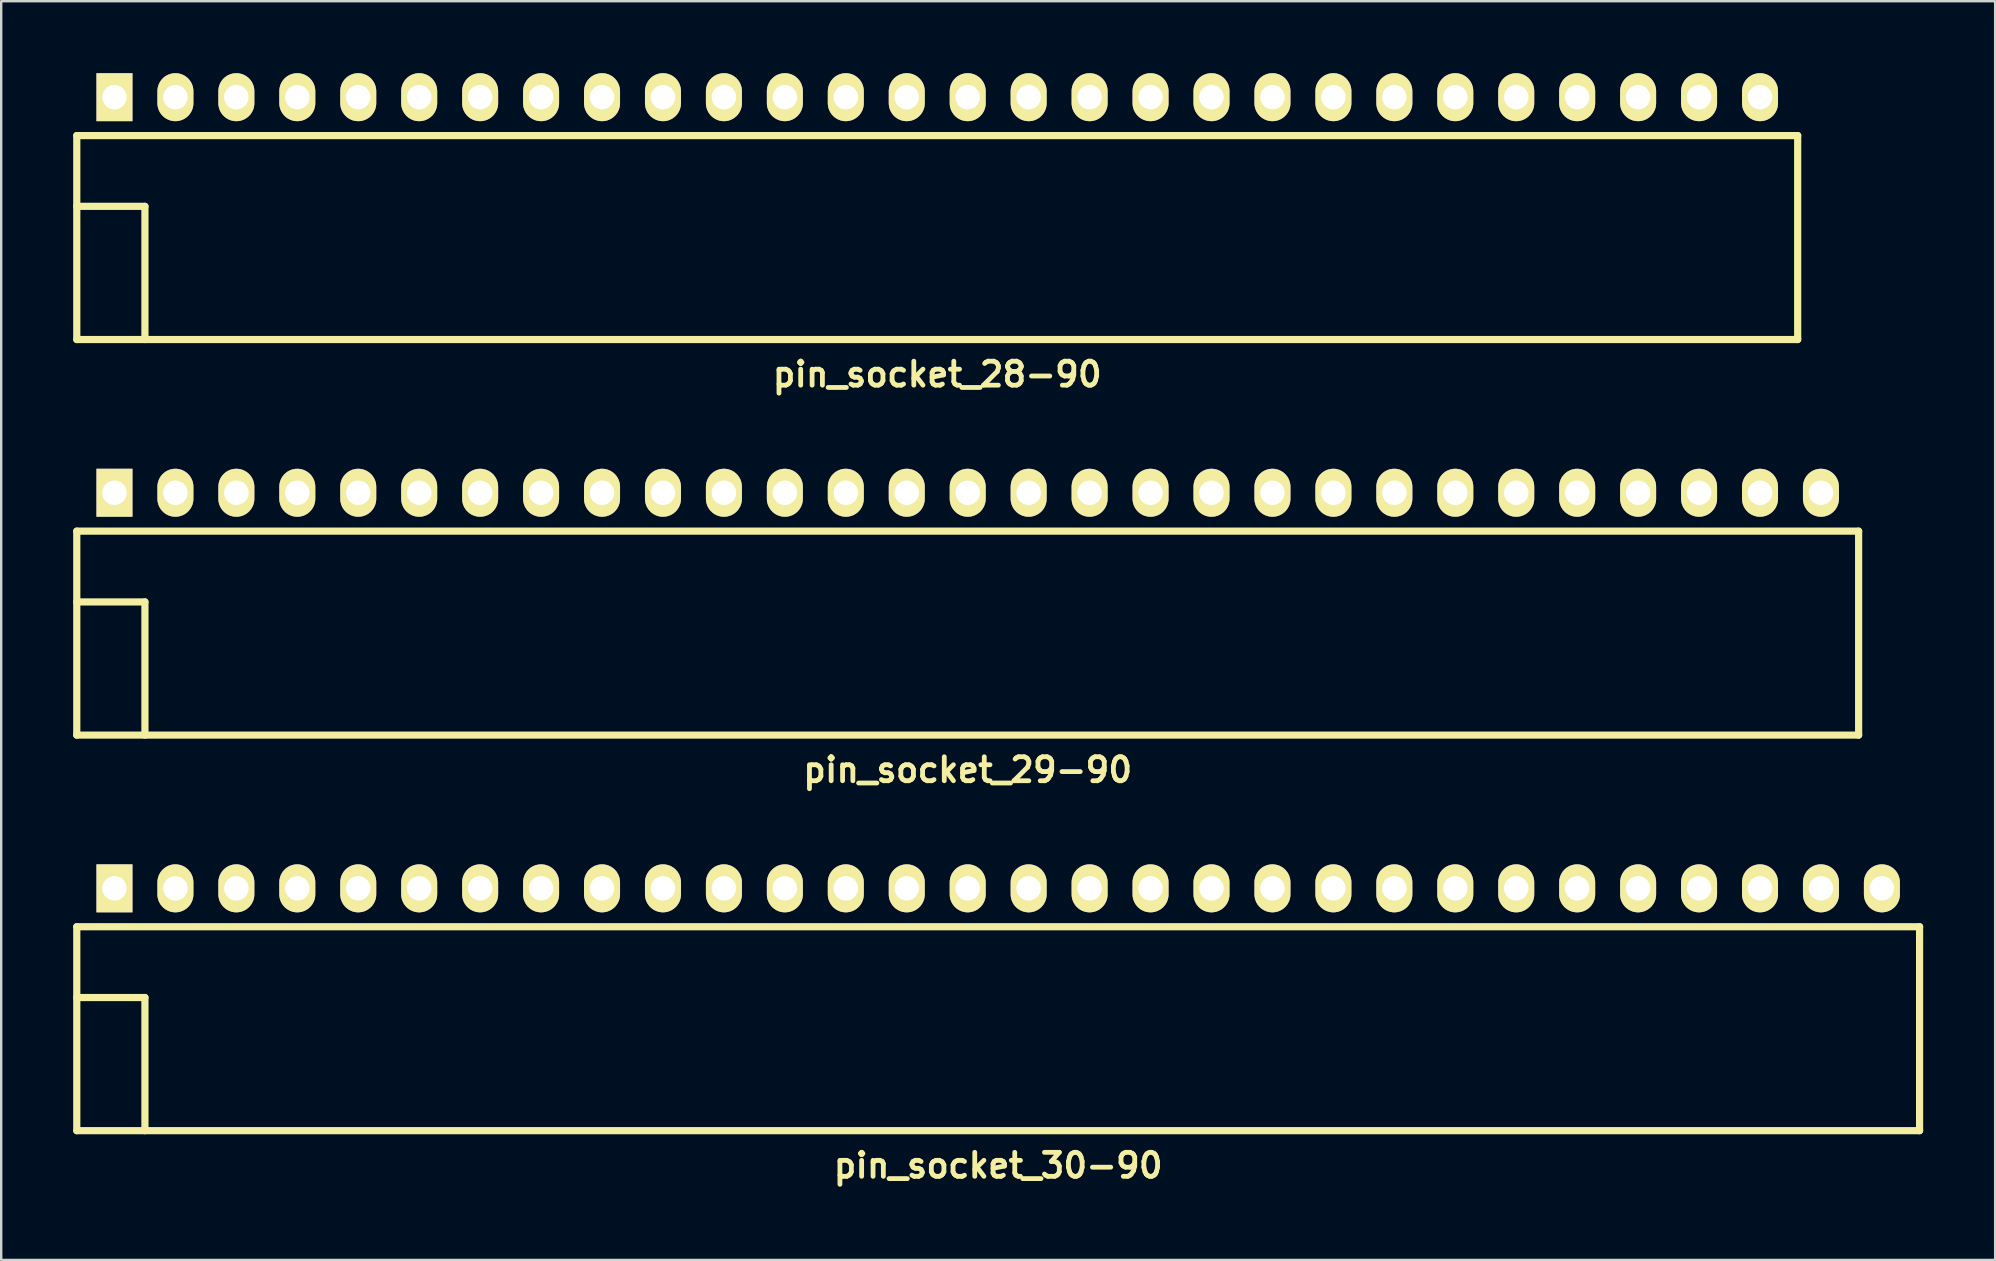
<source format=kicad_pcb>
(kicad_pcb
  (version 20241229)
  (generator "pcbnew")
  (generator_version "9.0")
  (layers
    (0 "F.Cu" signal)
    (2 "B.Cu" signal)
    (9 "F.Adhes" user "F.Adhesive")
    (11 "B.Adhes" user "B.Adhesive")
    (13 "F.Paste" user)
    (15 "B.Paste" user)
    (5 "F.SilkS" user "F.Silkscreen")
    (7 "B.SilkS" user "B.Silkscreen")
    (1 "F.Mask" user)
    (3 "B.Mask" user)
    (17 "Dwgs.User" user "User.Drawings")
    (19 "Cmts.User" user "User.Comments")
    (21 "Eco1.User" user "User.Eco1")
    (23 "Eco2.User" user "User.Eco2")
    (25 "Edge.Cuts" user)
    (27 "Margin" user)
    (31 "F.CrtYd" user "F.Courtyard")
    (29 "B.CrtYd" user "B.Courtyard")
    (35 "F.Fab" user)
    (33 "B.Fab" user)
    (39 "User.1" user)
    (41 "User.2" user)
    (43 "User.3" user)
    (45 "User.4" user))
  (footprint "pin_socket_29-90"
    (layer "F.Cu")
    (at 37.28 22.036)
    (property "Reference" "pin_socket_29-90" (at 0 7 0) (layer "F.SilkS") (effects (font (size 1 1) (thickness 0.2))))
    (attr through_hole)
    (fp_line (start -37.13 -2.95) (end -37.13 5.55) (stroke (width 0.3) (type solid)) (layer "F.SilkS"))
    (fp_line (start -37.13 -2.95) (end 37.13 -2.95) (stroke (width 0.3) (type solid)) (layer "F.SilkS"))
    (fp_line (start -37.13 0) (end -34.29 0) (stroke (width 0.3) (type solid)) (layer "F.SilkS"))
    (fp_line (start -37.13 5.55) (end 37.13 5.55) (stroke (width 0.3) (type solid)) (layer "F.SilkS"))
    (fp_line (start -34.29 0) (end -34.29 5.55) (stroke (width 0.3) (type solid)) (layer "F.SilkS"))
    (fp_line (start 37.13 -2.95) (end 37.13 5.55) (stroke (width 0.3) (type solid)) (layer "F.SilkS"))
    (pad "1" thru_hole rect (at -35.56 -4.55) (size 1.5 2) (drill 1.02) (layers "*.Cu" "*.Mask" "F.SilkS"))
    (pad "2" thru_hole oval (at -33.02 -4.55) (size 1.5 2) (drill 1.02) (layers "*.Cu" "*.Mask" "F.SilkS"))
    (pad "3" thru_hole oval (at -30.48 -4.55) (size 1.5 2) (drill 1.02) (layers "*.Cu" "*.Mask" "F.SilkS"))
    (pad "4" thru_hole oval (at -27.94 -4.55) (size 1.5 2) (drill 1.02) (layers "*.Cu" "*.Mask" "F.SilkS"))
    (pad "5" thru_hole oval (at -25.4 -4.55) (size 1.5 2) (drill 1.02) (layers "*.Cu" "*.Mask" "F.SilkS"))
    (pad "6" thru_hole oval (at -22.86 -4.55) (size 1.5 2) (drill 1.02) (layers "*.Cu" "*.Mask" "F.SilkS"))
    (pad "7" thru_hole oval (at -20.32 -4.55) (size 1.5 2) (drill 1.02) (layers "*.Cu" "*.Mask" "F.SilkS"))
    (pad "8" thru_hole oval (at -17.78 -4.55) (size 1.5 2) (drill 1.02) (layers "*.Cu" "*.Mask" "F.SilkS"))
    (pad "9" thru_hole oval (at -15.24 -4.55) (size 1.5 2) (drill 1.02) (layers "*.Cu" "*.Mask" "F.SilkS"))
    (pad "10" thru_hole oval (at -12.7 -4.55) (size 1.5 2) (drill 1.02) (layers "*.Cu" "*.Mask" "F.SilkS"))
    (pad "12" thru_hole oval (at -7.62 -4.55) (size 1.5 2) (drill 1.02) (layers "*.Cu" "*.Mask" "F.SilkS"))
    (pad "13" thru_hole oval (at -5.08 -4.55) (size 1.5 2) (drill 1.02) (layers "*.Cu" "*.Mask" "F.SilkS"))
    (pad "14" thru_hole oval (at -2.54 -4.55) (size 1.5 2) (drill 1.02) (layers "*.Cu" "*.Mask" "F.SilkS"))
    (pad "15" thru_hole oval (at 0 -4.55) (size 1.5 2) (drill 1.02) (layers "*.Cu" "*.Mask" "F.SilkS"))
    (pad "16" thru_hole oval (at 2.54 -4.55) (size 1.5 2) (drill 1.02) (layers "*.Cu" "*.Mask" "F.SilkS"))
    (pad "17" thru_hole oval (at 5.08 -4.55) (size 1.5 2) (drill 1.02) (layers "*.Cu" "*.Mask" "F.SilkS"))
    (pad "18" thru_hole oval (at 7.62 -4.55) (size 1.5 2) (drill 1.02) (layers "*.Cu" "*.Mask" "F.SilkS"))
    (pad "19" thru_hole oval (at 10.16 -4.55) (size 1.5 2) (drill 1.02) (layers "*.Cu" "*.Mask" "F.SilkS"))
    (pad "20" thru_hole oval (at 12.7 -4.55) (size 1.5 2) (drill 1.02) (layers "*.Cu" "*.Mask" "F.SilkS"))
    (pad "21" thru_hole oval (at 15.24 -4.55) (size 1.5 2) (drill 1.02) (layers "*.Cu" "*.Mask" "F.SilkS"))
    (pad "22" thru_hole oval (at 17.78 -4.55) (size 1.5 2) (drill 1.02) (layers "*.Cu" "*.Mask" "F.SilkS"))
    (pad "23" thru_hole oval (at 20.32 -4.55) (size 1.5 2) (drill 1.02) (layers "*.Cu" "*.Mask" "F.SilkS"))
    (pad "24" thru_hole oval (at 22.86 -4.55) (size 1.5 2) (drill 1.02) (layers "*.Cu" "*.Mask" "F.SilkS"))
    (pad "25" thru_hole oval (at 25.4 -4.55) (size 1.5 2) (drill 1.02) (layers "*.Cu" "*.Mask" "F.SilkS"))
    (pad "26" thru_hole oval (at 27.94 -4.55) (size 1.5 2) (drill 1.02) (layers "*.Cu" "*.Mask" "F.SilkS"))
    (pad "27" thru_hole oval (at 30.48 -4.55) (size 1.5 2) (drill 1.02) (layers "*.Cu" "*.Mask" "F.SilkS"))
    (pad "28" thru_hole oval (at 33.02 -4.55) (size 1.5 2) (drill 1.02) (layers "*.Cu" "*.Mask" "F.SilkS"))
    (pad "29" thru_hole oval (at 35.56 -4.55) (size 1.5 2) (drill 1.02) (layers "*.Cu" "*.Mask" "F.SilkS"))
    (pad "1121" thru_hole oval (at -10.16 -4.55) (size 1.5 2) (drill 1.02) (layers "*.Cu" "*.Mask" "F.SilkS")))
  (footprint "pin_socket_30-90"
    (layer "F.Cu")
    (at 38.55 38.522)
    (property "Reference" "pin_socket_30-90" (at 0 7 0) (layer "F.SilkS") (effects (font (size 1 1) (thickness 0.2))))
    (attr through_hole)
    (fp_line (start -38.4 -2.95) (end -38.4 5.55) (stroke (width 0.3) (type solid)) (layer "F.SilkS"))
    (fp_line (start -38.4 -2.95) (end 38.4 -2.95) (stroke (width 0.3) (type solid)) (layer "F.SilkS"))
    (fp_line (start -38.4 0) (end -35.56 0) (stroke (width 0.3) (type solid)) (layer "F.SilkS"))
    (fp_line (start -38.4 5.55) (end 38.4 5.55) (stroke (width 0.3) (type solid)) (layer "F.SilkS"))
    (fp_line (start -35.56 0) (end -35.56 5.55) (stroke (width 0.3) (type solid)) (layer "F.SilkS"))
    (fp_line (start 38.4 -2.95) (end 38.4 5.55) (stroke (width 0.3) (type solid)) (layer "F.SilkS"))
    (pad "1" thru_hole rect (at -36.83 -4.55) (size 1.5 2) (drill 1.02) (layers "*.Cu" "*.Mask" "F.SilkS"))
    (pad "2" thru_hole oval (at -34.29 -4.55) (size 1.5 2) (drill 1.02) (layers "*.Cu" "*.Mask" "F.SilkS"))
    (pad "3" thru_hole oval (at -31.75 -4.55) (size 1.5 2) (drill 1.02) (layers "*.Cu" "*.Mask" "F.SilkS"))
    (pad "4" thru_hole oval (at -29.21 -4.55) (size 1.5 2) (drill 1.02) (layers "*.Cu" "*.Mask" "F.SilkS"))
    (pad "5" thru_hole oval (at -26.67 -4.55) (size 1.5 2) (drill 1.02) (layers "*.Cu" "*.Mask" "F.SilkS"))
    (pad "6" thru_hole oval (at -24.13 -4.55) (size 1.5 2) (drill 1.02) (layers "*.Cu" "*.Mask" "F.SilkS"))
    (pad "7" thru_hole oval (at -21.59 -4.55) (size 1.5 2) (drill 1.02) (layers "*.Cu" "*.Mask" "F.SilkS"))
    (pad "8" thru_hole oval (at -19.05 -4.55) (size 1.5 2) (drill 1.02) (layers "*.Cu" "*.Mask" "F.SilkS"))
    (pad "9" thru_hole oval (at -16.51 -4.55) (size 1.5 2) (drill 1.02) (layers "*.Cu" "*.Mask" "F.SilkS"))
    (pad "10" thru_hole oval (at -13.97 -4.55) (size 1.5 2) (drill 1.02) (layers "*.Cu" "*.Mask" "F.SilkS"))
    (pad "12" thru_hole oval (at -8.89 -4.55) (size 1.5 2) (drill 1.02) (layers "*.Cu" "*.Mask" "F.SilkS"))
    (pad "13" thru_hole oval (at -6.35 -4.55) (size 1.5 2) (drill 1.02) (layers "*.Cu" "*.Mask" "F.SilkS"))
    (pad "14" thru_hole oval (at -3.81 -4.55) (size 1.5 2) (drill 1.02) (layers "*.Cu" "*.Mask" "F.SilkS"))
    (pad "15" thru_hole oval (at -1.27 -4.55) (size 1.5 2) (drill 1.02) (layers "*.Cu" "*.Mask" "F.SilkS"))
    (pad "16" thru_hole oval (at 1.27 -4.55) (size 1.5 2) (drill 1.02) (layers "*.Cu" "*.Mask" "F.SilkS"))
    (pad "17" thru_hole oval (at 3.81 -4.55) (size 1.5 2) (drill 1.02) (layers "*.Cu" "*.Mask" "F.SilkS"))
    (pad "18" thru_hole oval (at 6.35 -4.55) (size 1.5 2) (drill 1.02) (layers "*.Cu" "*.Mask" "F.SilkS"))
    (pad "19" thru_hole oval (at 8.89 -4.55) (size 1.5 2) (drill 1.02) (layers "*.Cu" "*.Mask" "F.SilkS"))
    (pad "20" thru_hole oval (at 11.43 -4.55) (size 1.5 2) (drill 1.02) (layers "*.Cu" "*.Mask" "F.SilkS"))
    (pad "21" thru_hole oval (at 13.97 -4.55) (size 1.5 2) (drill 1.02) (layers "*.Cu" "*.Mask" "F.SilkS"))
    (pad "22" thru_hole oval (at 16.51 -4.55) (size 1.5 2) (drill 1.02) (layers "*.Cu" "*.Mask" "F.SilkS"))
    (pad "23" thru_hole oval (at 19.05 -4.55) (size 1.5 2) (drill 1.02) (layers "*.Cu" "*.Mask" "F.SilkS"))
    (pad "24" thru_hole oval (at 21.59 -4.55) (size 1.5 2) (drill 1.02) (layers "*.Cu" "*.Mask" "F.SilkS"))
    (pad "25" thru_hole oval (at 24.13 -4.55) (size 1.5 2) (drill 1.02) (layers "*.Cu" "*.Mask" "F.SilkS"))
    (pad "26" thru_hole oval (at 26.67 -4.55) (size 1.5 2) (drill 1.02) (layers "*.Cu" "*.Mask" "F.SilkS"))
    (pad "27" thru_hole oval (at 29.21 -4.55) (size 1.5 2) (drill 1.02) (layers "*.Cu" "*.Mask" "F.SilkS"))
    (pad "28" thru_hole oval (at 31.75 -4.55) (size 1.5 2) (drill 1.02) (layers "*.Cu" "*.Mask" "F.SilkS"))
    (pad "29" thru_hole oval (at 34.29 -4.55) (size 1.5 2) (drill 1.02) (layers "*.Cu" "*.Mask" "F.SilkS"))
    (pad "30" thru_hole oval (at 36.83 -4.55) (size 1.5 2) (drill 1.02) (layers "*.Cu" "*.Mask" "F.SilkS"))
    (pad "1121" thru_hole oval (at -11.43 -4.55) (size 1.5 2) (drill 1.02) (layers "*.Cu" "*.Mask" "F.SilkS")))
  (footprint "pin_socket_28-90"
    (layer "F.Cu")
    (at 36.01 5.55)
    (property "Reference" "pin_socket_28-90" (at 0 7 0) (layer "F.SilkS") (effects (font (size 1 1) (thickness 0.2))))
    (attr through_hole)
    (fp_line (start -35.86 -2.95) (end -35.86 5.55) (stroke (width 0.3) (type solid)) (layer "F.SilkS"))
    (fp_line (start -35.86 -2.95) (end 35.86 -2.95) (stroke (width 0.3) (type solid)) (layer "F.SilkS"))
    (fp_line (start -35.86 0) (end -33.02 0) (stroke (width 0.3) (type solid)) (layer "F.SilkS"))
    (fp_line (start -35.86 5.55) (end 35.86 5.55) (stroke (width 0.3) (type solid)) (layer "F.SilkS"))
    (fp_line (start -33.02 0) (end -33.02 5.55) (stroke (width 0.3) (type solid)) (layer "F.SilkS"))
    (fp_line (start 35.86 -2.95) (end 35.86 5.55) (stroke (width 0.3) (type solid)) (layer "F.SilkS"))
    (pad "1" thru_hole rect (at -34.29 -4.55) (size 1.5 2) (drill 1.02) (layers "*.Cu" "*.Mask" "F.SilkS"))
    (pad "2" thru_hole oval (at -31.75 -4.55) (size 1.5 2) (drill 1.02) (layers "*.Cu" "*.Mask" "F.SilkS"))
    (pad "3" thru_hole oval (at -29.21 -4.55) (size 1.5 2) (drill 1.02) (layers "*.Cu" "*.Mask" "F.SilkS"))
    (pad "4" thru_hole oval (at -26.67 -4.55) (size 1.5 2) (drill 1.02) (layers "*.Cu" "*.Mask" "F.SilkS"))
    (pad "5" thru_hole oval (at -24.13 -4.55) (size 1.5 2) (drill 1.02) (layers "*.Cu" "*.Mask" "F.SilkS"))
    (pad "6" thru_hole oval (at -21.59 -4.55) (size 1.5 2) (drill 1.02) (layers "*.Cu" "*.Mask" "F.SilkS"))
    (pad "7" thru_hole oval (at -19.05 -4.55) (size 1.5 2) (drill 1.02) (layers "*.Cu" "*.Mask" "F.SilkS"))
    (pad "8" thru_hole oval (at -16.51 -4.55) (size 1.5 2) (drill 1.02) (layers "*.Cu" "*.Mask" "F.SilkS"))
    (pad "9" thru_hole oval (at -13.97 -4.55) (size 1.5 2) (drill 1.02) (layers "*.Cu" "*.Mask" "F.SilkS"))
    (pad "10" thru_hole oval (at -11.43 -4.55) (size 1.5 2) (drill 1.02) (layers "*.Cu" "*.Mask" "F.SilkS"))
    (pad "12" thru_hole oval (at -6.35 -4.55) (size 1.5 2) (drill 1.02) (layers "*.Cu" "*.Mask" "F.SilkS"))
    (pad "13" thru_hole oval (at -3.81 -4.55) (size 1.5 2) (drill 1.02) (layers "*.Cu" "*.Mask" "F.SilkS"))
    (pad "14" thru_hole oval (at -1.27 -4.55) (size 1.5 2) (drill 1.02) (layers "*.Cu" "*.Mask" "F.SilkS"))
    (pad "15" thru_hole oval (at 1.27 -4.55) (size 1.5 2) (drill 1.02) (layers "*.Cu" "*.Mask" "F.SilkS"))
    (pad "16" thru_hole oval (at 3.81 -4.55) (size 1.5 2) (drill 1.02) (layers "*.Cu" "*.Mask" "F.SilkS"))
    (pad "17" thru_hole oval (at 6.35 -4.55) (size 1.5 2) (drill 1.02) (layers "*.Cu" "*.Mask" "F.SilkS"))
    (pad "18" thru_hole oval (at 8.89 -4.55) (size 1.5 2) (drill 1.02) (layers "*.Cu" "*.Mask" "F.SilkS"))
    (pad "19" thru_hole oval (at 11.43 -4.55) (size 1.5 2) (drill 1.02) (layers "*.Cu" "*.Mask" "F.SilkS"))
    (pad "20" thru_hole oval (at 13.97 -4.55) (size 1.5 2) (drill 1.02) (layers "*.Cu" "*.Mask" "F.SilkS"))
    (pad "21" thru_hole oval (at 16.51 -4.55) (size 1.5 2) (drill 1.02) (layers "*.Cu" "*.Mask" "F.SilkS"))
    (pad "22" thru_hole oval (at 19.05 -4.55) (size 1.5 2) (drill 1.02) (layers "*.Cu" "*.Mask" "F.SilkS"))
    (pad "23" thru_hole oval (at 21.59 -4.55) (size 1.5 2) (drill 1.02) (layers "*.Cu" "*.Mask" "F.SilkS"))
    (pad "24" thru_hole oval (at 24.13 -4.55) (size 1.5 2) (drill 1.02) (layers "*.Cu" "*.Mask" "F.SilkS"))
    (pad "25" thru_hole oval (at 26.67 -4.55) (size 1.5 2) (drill 1.02) (layers "*.Cu" "*.Mask" "F.SilkS"))
    (pad "26" thru_hole oval (at 29.21 -4.55) (size 1.5 2) (drill 1.02) (layers "*.Cu" "*.Mask" "F.SilkS"))
    (pad "27" thru_hole oval (at 31.75 -4.55) (size 1.5 2) (drill 1.02) (layers "*.Cu" "*.Mask" "F.SilkS"))
    (pad "28" thru_hole oval (at 34.29 -4.55) (size 1.5 2) (drill 1.02) (layers "*.Cu" "*.Mask" "F.SilkS"))
    (pad "1121" thru_hole oval (at -8.89 -4.55) (size 1.5 2) (drill 1.02) (layers "*.Cu" "*.Mask" "F.SilkS")))
  (gr_rect
    (start -3 -3)
    (end 80.1 49.458)
    (stroke (width 0.1) (type default))
    (fill no)
    (layer "Edge.Cuts")))
</source>
